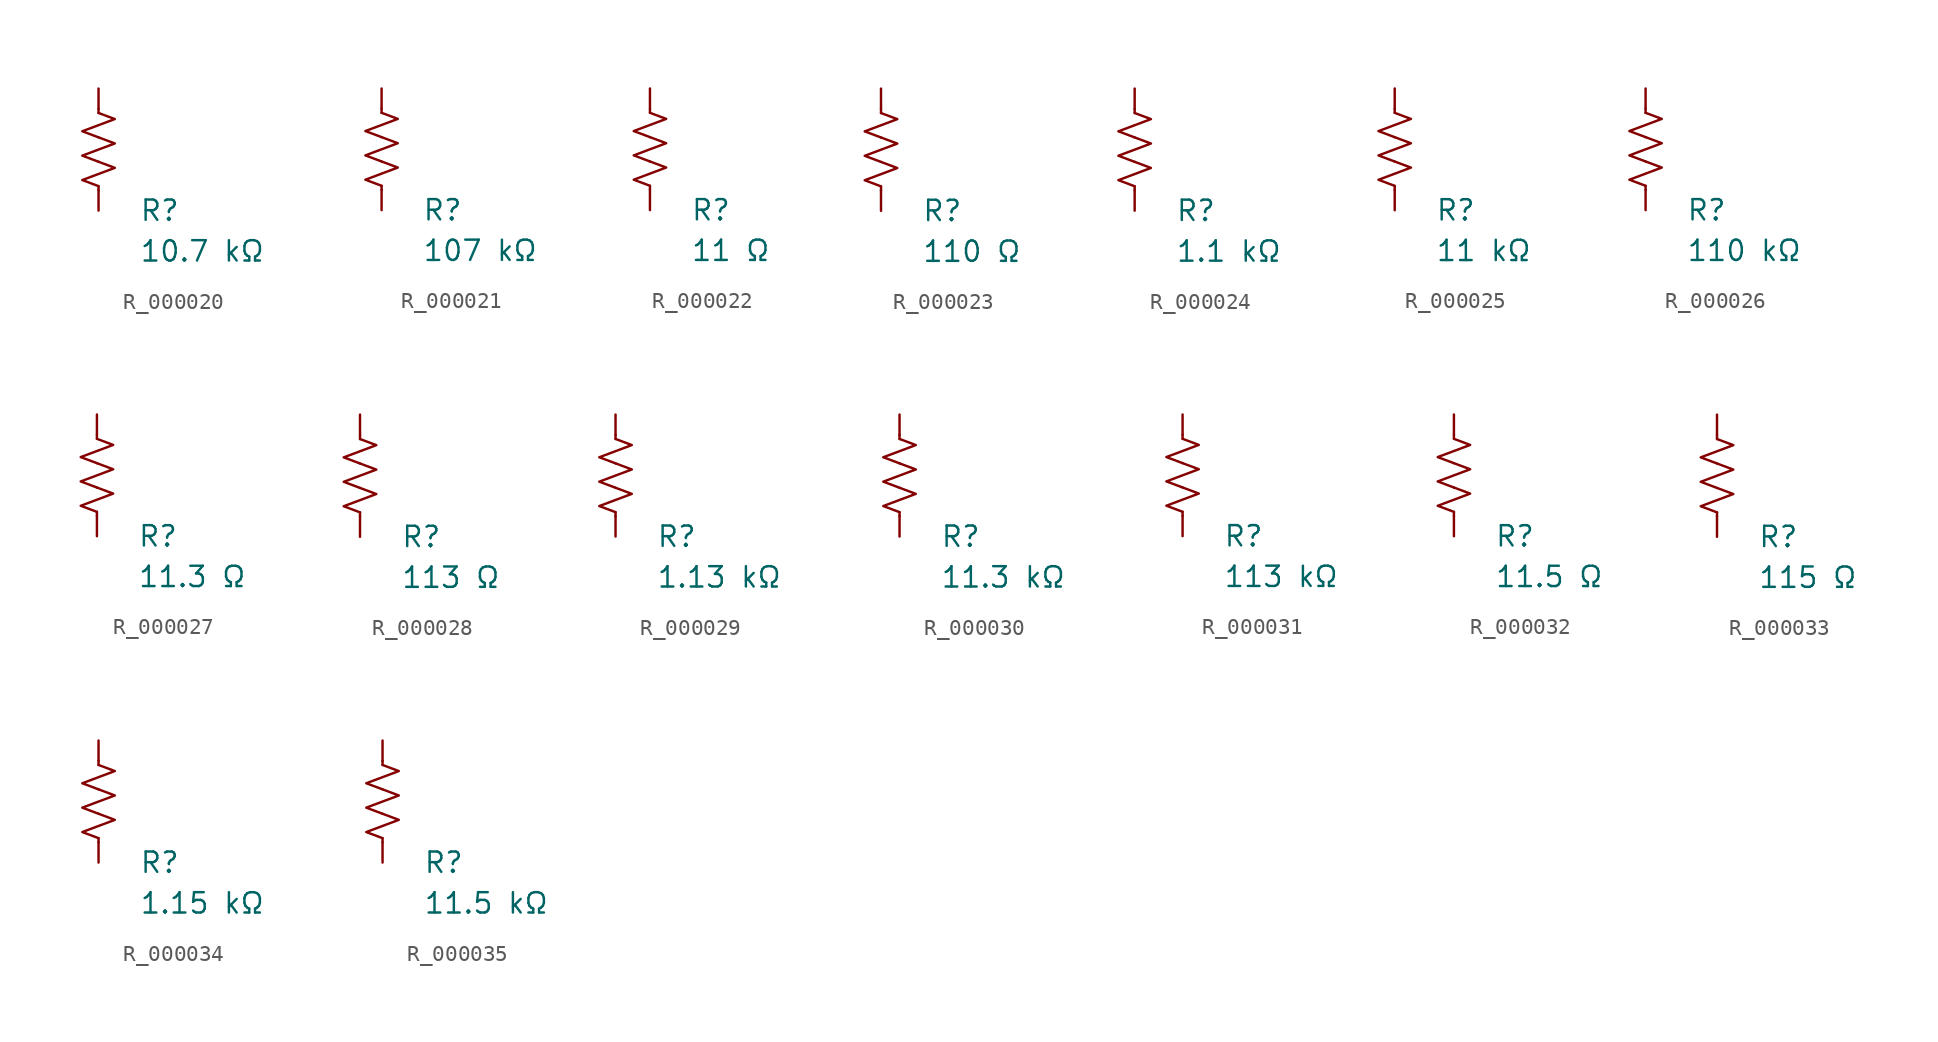
<source format=kicad_sym>
(kicad_symbol_lib
  (version 20231120)
  (generator "kicad_symbol_editor")
  (generator_version "8.0")
  (symbol "R_000020"
    (pin_numbers hide)
    (pin_names
      (offset 0))
    (property "Reference" "R"
      (at 2.54 -3.81 0)
      (effects (font (size 1.27 1.27)) (justify left))
      (show_name no))
    (property "Value" "10.7 kΩ"
      (at 2.54 -6.35 0)
      (effects (font (size 1.27 1.27)) (justify left))
      (show_name no))
    (symbol "R_000020_0_1"
      (polyline (pts (xy 0 -2.286) (xy 0 -2.54)) (stroke (width 0) (type default)) (fill (type none)))
      (polyline (pts (xy 0 2.286) (xy 0 2.54)) (stroke (width 0) (type default)) (fill (type none)))
      (polyline (pts (xy 0 -0.762) (xy 1.016 -1.143) (xy 0 -1.524) (xy -1.016 -1.905) (xy 0 -2.286)) (stroke (width 0) (type default)) (fill (type none)))
      (polyline (pts (xy 0 0.762) (xy 1.016 0.381) (xy 0 0) (xy -1.016 -0.381) (xy 0 -0.762)) (stroke (width 0) (type default)) (fill (type none)))
      (polyline (pts (xy 0 2.286) (xy 1.016 1.905) (xy 0 1.524) (xy -1.016 1.143) (xy 0 0.762)) (stroke (width 0) (type default)) (fill (type none))))
    (symbol "R_000020_1_1"
      (pin passive line (at 0 3.81 270) (length 1.27) (name "~" (effects (font (size 1.27 1.27)))) (number "1" (effects (font (size 1.27 1.27)))))
      (pin passive line (at 0 -3.81 90) (length 1.27) (name "~" (effects (font (size 1.27 1.27)))) (number "2" (effects (font (size 1.27 1.27)))))))
  (symbol "R_000021"
    (pin_numbers hide)
    (pin_names
      (offset 0))
    (property "Reference" "R"
      (at 2.54 -3.81 0)
      (effects (font (size 1.27 1.27)) (justify left))
      (show_name no))
    (property "Value" "107 kΩ"
      (at 2.54 -6.35 0)
      (effects (font (size 1.27 1.27)) (justify left))
      (show_name no))
    (symbol "R_000021_0_1"
      (polyline (pts (xy 0 -2.286) (xy 0 -2.54)) (stroke (width 0) (type default)) (fill (type none)))
      (polyline (pts (xy 0 2.286) (xy 0 2.54)) (stroke (width 0) (type default)) (fill (type none)))
      (polyline (pts (xy 0 -0.762) (xy 1.016 -1.143) (xy 0 -1.524) (xy -1.016 -1.905) (xy 0 -2.286)) (stroke (width 0) (type default)) (fill (type none)))
      (polyline (pts (xy 0 0.762) (xy 1.016 0.381) (xy 0 0) (xy -1.016 -0.381) (xy 0 -0.762)) (stroke (width 0) (type default)) (fill (type none)))
      (polyline (pts (xy 0 2.286) (xy 1.016 1.905) (xy 0 1.524) (xy -1.016 1.143) (xy 0 0.762)) (stroke (width 0) (type default)) (fill (type none))))
    (symbol "R_000021_1_1"
      (pin passive line (at 0 3.81 270) (length 1.27) (name "~" (effects (font (size 1.27 1.27)))) (number "1" (effects (font (size 1.27 1.27)))))
      (pin passive line (at 0 -3.81 90) (length 1.27) (name "~" (effects (font (size 1.27 1.27)))) (number "2" (effects (font (size 1.27 1.27)))))))
  (symbol "R_000022"
    (pin_numbers hide)
    (pin_names
      (offset 0))
    (property "Reference" "R"
      (at 2.54 -3.81 0)
      (effects (font (size 1.27 1.27)) (justify left))
      (show_name no))
    (property "Value" "11 Ω"
      (at 2.54 -6.35 0)
      (effects (font (size 1.27 1.27)) (justify left))
      (show_name no))
    (symbol "R_000022_0_1"
      (polyline (pts (xy 0 -2.286) (xy 0 -2.54)) (stroke (width 0) (type default)) (fill (type none)))
      (polyline (pts (xy 0 2.286) (xy 0 2.54)) (stroke (width 0) (type default)) (fill (type none)))
      (polyline (pts (xy 0 -0.762) (xy 1.016 -1.143) (xy 0 -1.524) (xy -1.016 -1.905) (xy 0 -2.286)) (stroke (width 0) (type default)) (fill (type none)))
      (polyline (pts (xy 0 0.762) (xy 1.016 0.381) (xy 0 0) (xy -1.016 -0.381) (xy 0 -0.762)) (stroke (width 0) (type default)) (fill (type none)))
      (polyline (pts (xy 0 2.286) (xy 1.016 1.905) (xy 0 1.524) (xy -1.016 1.143) (xy 0 0.762)) (stroke (width 0) (type default)) (fill (type none))))
    (symbol "R_000022_1_1"
      (pin passive line (at 0 3.81 270) (length 1.27) (name "~" (effects (font (size 1.27 1.27)))) (number "1" (effects (font (size 1.27 1.27)))))
      (pin passive line (at 0 -3.81 90) (length 1.27) (name "~" (effects (font (size 1.27 1.27)))) (number "2" (effects (font (size 1.27 1.27)))))))
  (symbol "R_000023"
    (pin_numbers hide)
    (pin_names
      (offset 0))
    (property "Reference" "R"
      (at 2.54 -3.81 0)
      (effects (font (size 1.27 1.27)) (justify left))
      (show_name no))
    (property "Value" "110 Ω"
      (at 2.54 -6.35 0)
      (effects (font (size 1.27 1.27)) (justify left))
      (show_name no))
    (symbol "R_000023_0_1"
      (polyline (pts (xy 0 -2.286) (xy 0 -2.54)) (stroke (width 0) (type default)) (fill (type none)))
      (polyline (pts (xy 0 2.286) (xy 0 2.54)) (stroke (width 0) (type default)) (fill (type none)))
      (polyline (pts (xy 0 -0.762) (xy 1.016 -1.143) (xy 0 -1.524) (xy -1.016 -1.905) (xy 0 -2.286)) (stroke (width 0) (type default)) (fill (type none)))
      (polyline (pts (xy 0 0.762) (xy 1.016 0.381) (xy 0 0) (xy -1.016 -0.381) (xy 0 -0.762)) (stroke (width 0) (type default)) (fill (type none)))
      (polyline (pts (xy 0 2.286) (xy 1.016 1.905) (xy 0 1.524) (xy -1.016 1.143) (xy 0 0.762)) (stroke (width 0) (type default)) (fill (type none))))
    (symbol "R_000023_1_1"
      (pin passive line (at 0 3.81 270) (length 1.27) (name "~" (effects (font (size 1.27 1.27)))) (number "1" (effects (font (size 1.27 1.27)))))
      (pin passive line (at 0 -3.81 90) (length 1.27) (name "~" (effects (font (size 1.27 1.27)))) (number "2" (effects (font (size 1.27 1.27)))))))
  (symbol "R_000024"
    (pin_numbers hide)
    (pin_names
      (offset 0))
    (property "Reference" "R"
      (at 2.54 -3.81 0)
      (effects (font (size 1.27 1.27)) (justify left))
      (show_name no))
    (property "Value" "1.1 kΩ"
      (at 2.54 -6.35 0)
      (effects (font (size 1.27 1.27)) (justify left))
      (show_name no))
    (symbol "R_000024_0_1"
      (polyline (pts (xy 0 -2.286) (xy 0 -2.54)) (stroke (width 0) (type default)) (fill (type none)))
      (polyline (pts (xy 0 2.286) (xy 0 2.54)) (stroke (width 0) (type default)) (fill (type none)))
      (polyline (pts (xy 0 -0.762) (xy 1.016 -1.143) (xy 0 -1.524) (xy -1.016 -1.905) (xy 0 -2.286)) (stroke (width 0) (type default)) (fill (type none)))
      (polyline (pts (xy 0 0.762) (xy 1.016 0.381) (xy 0 0) (xy -1.016 -0.381) (xy 0 -0.762)) (stroke (width 0) (type default)) (fill (type none)))
      (polyline (pts (xy 0 2.286) (xy 1.016 1.905) (xy 0 1.524) (xy -1.016 1.143) (xy 0 0.762)) (stroke (width 0) (type default)) (fill (type none))))
    (symbol "R_000024_1_1"
      (pin passive line (at 0 3.81 270) (length 1.27) (name "~" (effects (font (size 1.27 1.27)))) (number "1" (effects (font (size 1.27 1.27)))))
      (pin passive line (at 0 -3.81 90) (length 1.27) (name "~" (effects (font (size 1.27 1.27)))) (number "2" (effects (font (size 1.27 1.27)))))))
  (symbol "R_000025"
    (pin_numbers hide)
    (pin_names
      (offset 0))
    (property "Reference" "R"
      (at 2.54 -3.81 0)
      (effects (font (size 1.27 1.27)) (justify left))
      (show_name no))
    (property "Value" "11 kΩ"
      (at 2.54 -6.35 0)
      (effects (font (size 1.27 1.27)) (justify left))
      (show_name no))
    (symbol "R_000025_0_1"
      (polyline (pts (xy 0 -2.286) (xy 0 -2.54)) (stroke (width 0) (type default)) (fill (type none)))
      (polyline (pts (xy 0 2.286) (xy 0 2.54)) (stroke (width 0) (type default)) (fill (type none)))
      (polyline (pts (xy 0 -0.762) (xy 1.016 -1.143) (xy 0 -1.524) (xy -1.016 -1.905) (xy 0 -2.286)) (stroke (width 0) (type default)) (fill (type none)))
      (polyline (pts (xy 0 0.762) (xy 1.016 0.381) (xy 0 0) (xy -1.016 -0.381) (xy 0 -0.762)) (stroke (width 0) (type default)) (fill (type none)))
      (polyline (pts (xy 0 2.286) (xy 1.016 1.905) (xy 0 1.524) (xy -1.016 1.143) (xy 0 0.762)) (stroke (width 0) (type default)) (fill (type none))))
    (symbol "R_000025_1_1"
      (pin passive line (at 0 3.81 270) (length 1.27) (name "~" (effects (font (size 1.27 1.27)))) (number "1" (effects (font (size 1.27 1.27)))))
      (pin passive line (at 0 -3.81 90) (length 1.27) (name "~" (effects (font (size 1.27 1.27)))) (number "2" (effects (font (size 1.27 1.27)))))))
  (symbol "R_000026"
    (pin_numbers hide)
    (pin_names
      (offset 0))
    (property "Reference" "R"
      (at 2.54 -3.81 0)
      (effects (font (size 1.27 1.27)) (justify left))
      (show_name no))
    (property "Value" "110 kΩ"
      (at 2.54 -6.35 0)
      (effects (font (size 1.27 1.27)) (justify left))
      (show_name no))
    (symbol "R_000026_0_1"
      (polyline (pts (xy 0 -2.286) (xy 0 -2.54)) (stroke (width 0) (type default)) (fill (type none)))
      (polyline (pts (xy 0 2.286) (xy 0 2.54)) (stroke (width 0) (type default)) (fill (type none)))
      (polyline (pts (xy 0 -0.762) (xy 1.016 -1.143) (xy 0 -1.524) (xy -1.016 -1.905) (xy 0 -2.286)) (stroke (width 0) (type default)) (fill (type none)))
      (polyline (pts (xy 0 0.762) (xy 1.016 0.381) (xy 0 0) (xy -1.016 -0.381) (xy 0 -0.762)) (stroke (width 0) (type default)) (fill (type none)))
      (polyline (pts (xy 0 2.286) (xy 1.016 1.905) (xy 0 1.524) (xy -1.016 1.143) (xy 0 0.762)) (stroke (width 0) (type default)) (fill (type none))))
    (symbol "R_000026_1_1"
      (pin passive line (at 0 3.81 270) (length 1.27) (name "~" (effects (font (size 1.27 1.27)))) (number "1" (effects (font (size 1.27 1.27)))))
      (pin passive line (at 0 -3.81 90) (length 1.27) (name "~" (effects (font (size 1.27 1.27)))) (number "2" (effects (font (size 1.27 1.27)))))))
  (symbol "R_000027"
    (pin_numbers hide)
    (pin_names
      (offset 0))
    (property "Reference" "R"
      (at 2.54 -3.81 0)
      (effects (font (size 1.27 1.27)) (justify left))
      (show_name no))
    (property "Value" "11.3 Ω"
      (at 2.54 -6.35 0)
      (effects (font (size 1.27 1.27)) (justify left))
      (show_name no))
    (symbol "R_000027_0_1"
      (polyline (pts (xy 0 -2.286) (xy 0 -2.54)) (stroke (width 0) (type default)) (fill (type none)))
      (polyline (pts (xy 0 2.286) (xy 0 2.54)) (stroke (width 0) (type default)) (fill (type none)))
      (polyline (pts (xy 0 -0.762) (xy 1.016 -1.143) (xy 0 -1.524) (xy -1.016 -1.905) (xy 0 -2.286)) (stroke (width 0) (type default)) (fill (type none)))
      (polyline (pts (xy 0 0.762) (xy 1.016 0.381) (xy 0 0) (xy -1.016 -0.381) (xy 0 -0.762)) (stroke (width 0) (type default)) (fill (type none)))
      (polyline (pts (xy 0 2.286) (xy 1.016 1.905) (xy 0 1.524) (xy -1.016 1.143) (xy 0 0.762)) (stroke (width 0) (type default)) (fill (type none))))
    (symbol "R_000027_1_1"
      (pin passive line (at 0 3.81 270) (length 1.27) (name "~" (effects (font (size 1.27 1.27)))) (number "1" (effects (font (size 1.27 1.27)))))
      (pin passive line (at 0 -3.81 90) (length 1.27) (name "~" (effects (font (size 1.27 1.27)))) (number "2" (effects (font (size 1.27 1.27)))))))
  (symbol "R_000028"
    (pin_numbers hide)
    (pin_names
      (offset 0))
    (property "Reference" "R"
      (at 2.54 -3.81 0)
      (effects (font (size 1.27 1.27)) (justify left))
      (show_name no))
    (property "Value" "113 Ω"
      (at 2.54 -6.35 0)
      (effects (font (size 1.27 1.27)) (justify left))
      (show_name no))
    (symbol "R_000028_0_1"
      (polyline (pts (xy 0 -2.286) (xy 0 -2.54)) (stroke (width 0) (type default)) (fill (type none)))
      (polyline (pts (xy 0 2.286) (xy 0 2.54)) (stroke (width 0) (type default)) (fill (type none)))
      (polyline (pts (xy 0 -0.762) (xy 1.016 -1.143) (xy 0 -1.524) (xy -1.016 -1.905) (xy 0 -2.286)) (stroke (width 0) (type default)) (fill (type none)))
      (polyline (pts (xy 0 0.762) (xy 1.016 0.381) (xy 0 0) (xy -1.016 -0.381) (xy 0 -0.762)) (stroke (width 0) (type default)) (fill (type none)))
      (polyline (pts (xy 0 2.286) (xy 1.016 1.905) (xy 0 1.524) (xy -1.016 1.143) (xy 0 0.762)) (stroke (width 0) (type default)) (fill (type none))))
    (symbol "R_000028_1_1"
      (pin passive line (at 0 3.81 270) (length 1.27) (name "~" (effects (font (size 1.27 1.27)))) (number "1" (effects (font (size 1.27 1.27)))))
      (pin passive line (at 0 -3.81 90) (length 1.27) (name "~" (effects (font (size 1.27 1.27)))) (number "2" (effects (font (size 1.27 1.27)))))))
  (symbol "R_000029"
    (pin_numbers hide)
    (pin_names
      (offset 0))
    (property "Reference" "R"
      (at 2.54 -3.81 0)
      (effects (font (size 1.27 1.27)) (justify left))
      (show_name no))
    (property "Value" "1.13 kΩ"
      (at 2.54 -6.35 0)
      (effects (font (size 1.27 1.27)) (justify left))
      (show_name no))
    (symbol "R_000029_0_1"
      (polyline (pts (xy 0 -2.286) (xy 0 -2.54)) (stroke (width 0) (type default)) (fill (type none)))
      (polyline (pts (xy 0 2.286) (xy 0 2.54)) (stroke (width 0) (type default)) (fill (type none)))
      (polyline (pts (xy 0 -0.762) (xy 1.016 -1.143) (xy 0 -1.524) (xy -1.016 -1.905) (xy 0 -2.286)) (stroke (width 0) (type default)) (fill (type none)))
      (polyline (pts (xy 0 0.762) (xy 1.016 0.381) (xy 0 0) (xy -1.016 -0.381) (xy 0 -0.762)) (stroke (width 0) (type default)) (fill (type none)))
      (polyline (pts (xy 0 2.286) (xy 1.016 1.905) (xy 0 1.524) (xy -1.016 1.143) (xy 0 0.762)) (stroke (width 0) (type default)) (fill (type none))))
    (symbol "R_000029_1_1"
      (pin passive line (at 0 3.81 270) (length 1.27) (name "~" (effects (font (size 1.27 1.27)))) (number "1" (effects (font (size 1.27 1.27)))))
      (pin passive line (at 0 -3.81 90) (length 1.27) (name "~" (effects (font (size 1.27 1.27)))) (number "2" (effects (font (size 1.27 1.27)))))))
  (symbol "R_000030"
    (pin_numbers hide)
    (pin_names
      (offset 0))
    (property "Reference" "R"
      (at 2.54 -3.81 0)
      (effects (font (size 1.27 1.27)) (justify left))
      (show_name no))
    (property "Value" "11.3 kΩ"
      (at 2.54 -6.35 0)
      (effects (font (size 1.27 1.27)) (justify left))
      (show_name no))
    (symbol "R_000030_0_1"
      (polyline (pts (xy 0 -2.286) (xy 0 -2.54)) (stroke (width 0) (type default)) (fill (type none)))
      (polyline (pts (xy 0 2.286) (xy 0 2.54)) (stroke (width 0) (type default)) (fill (type none)))
      (polyline (pts (xy 0 -0.762) (xy 1.016 -1.143) (xy 0 -1.524) (xy -1.016 -1.905) (xy 0 -2.286)) (stroke (width 0) (type default)) (fill (type none)))
      (polyline (pts (xy 0 0.762) (xy 1.016 0.381) (xy 0 0) (xy -1.016 -0.381) (xy 0 -0.762)) (stroke (width 0) (type default)) (fill (type none)))
      (polyline (pts (xy 0 2.286) (xy 1.016 1.905) (xy 0 1.524) (xy -1.016 1.143) (xy 0 0.762)) (stroke (width 0) (type default)) (fill (type none))))
    (symbol "R_000030_1_1"
      (pin passive line (at 0 3.81 270) (length 1.27) (name "~" (effects (font (size 1.27 1.27)))) (number "1" (effects (font (size 1.27 1.27)))))
      (pin passive line (at 0 -3.81 90) (length 1.27) (name "~" (effects (font (size 1.27 1.27)))) (number "2" (effects (font (size 1.27 1.27)))))))
  (symbol "R_000031"
    (pin_numbers hide)
    (pin_names
      (offset 0))
    (property "Reference" "R"
      (at 2.54 -3.81 0)
      (effects (font (size 1.27 1.27)) (justify left))
      (show_name no))
    (property "Value" "113 kΩ"
      (at 2.54 -6.35 0)
      (effects (font (size 1.27 1.27)) (justify left))
      (show_name no))
    (symbol "R_000031_0_1"
      (polyline (pts (xy 0 -2.286) (xy 0 -2.54)) (stroke (width 0) (type default)) (fill (type none)))
      (polyline (pts (xy 0 2.286) (xy 0 2.54)) (stroke (width 0) (type default)) (fill (type none)))
      (polyline (pts (xy 0 -0.762) (xy 1.016 -1.143) (xy 0 -1.524) (xy -1.016 -1.905) (xy 0 -2.286)) (stroke (width 0) (type default)) (fill (type none)))
      (polyline (pts (xy 0 0.762) (xy 1.016 0.381) (xy 0 0) (xy -1.016 -0.381) (xy 0 -0.762)) (stroke (width 0) (type default)) (fill (type none)))
      (polyline (pts (xy 0 2.286) (xy 1.016 1.905) (xy 0 1.524) (xy -1.016 1.143) (xy 0 0.762)) (stroke (width 0) (type default)) (fill (type none))))
    (symbol "R_000031_1_1"
      (pin passive line (at 0 3.81 270) (length 1.27) (name "~" (effects (font (size 1.27 1.27)))) (number "1" (effects (font (size 1.27 1.27)))))
      (pin passive line (at 0 -3.81 90) (length 1.27) (name "~" (effects (font (size 1.27 1.27)))) (number "2" (effects (font (size 1.27 1.27)))))))
  (symbol "R_000032"
    (pin_numbers hide)
    (pin_names
      (offset 0))
    (property "Reference" "R"
      (at 2.54 -3.81 0)
      (effects (font (size 1.27 1.27)) (justify left))
      (show_name no))
    (property "Value" "11.5 Ω"
      (at 2.54 -6.35 0)
      (effects (font (size 1.27 1.27)) (justify left))
      (show_name no))
    (symbol "R_000032_0_1"
      (polyline (pts (xy 0 -2.286) (xy 0 -2.54)) (stroke (width 0) (type default)) (fill (type none)))
      (polyline (pts (xy 0 2.286) (xy 0 2.54)) (stroke (width 0) (type default)) (fill (type none)))
      (polyline (pts (xy 0 -0.762) (xy 1.016 -1.143) (xy 0 -1.524) (xy -1.016 -1.905) (xy 0 -2.286)) (stroke (width 0) (type default)) (fill (type none)))
      (polyline (pts (xy 0 0.762) (xy 1.016 0.381) (xy 0 0) (xy -1.016 -0.381) (xy 0 -0.762)) (stroke (width 0) (type default)) (fill (type none)))
      (polyline (pts (xy 0 2.286) (xy 1.016 1.905) (xy 0 1.524) (xy -1.016 1.143) (xy 0 0.762)) (stroke (width 0) (type default)) (fill (type none))))
    (symbol "R_000032_1_1"
      (pin passive line (at 0 3.81 270) (length 1.27) (name "~" (effects (font (size 1.27 1.27)))) (number "1" (effects (font (size 1.27 1.27)))))
      (pin passive line (at 0 -3.81 90) (length 1.27) (name "~" (effects (font (size 1.27 1.27)))) (number "2" (effects (font (size 1.27 1.27)))))))
  (symbol "R_000033"
    (pin_numbers hide)
    (pin_names
      (offset 0))
    (property "Reference" "R"
      (at 2.54 -3.81 0)
      (effects (font (size 1.27 1.27)) (justify left))
      (show_name no))
    (property "Value" "115 Ω"
      (at 2.54 -6.35 0)
      (effects (font (size 1.27 1.27)) (justify left))
      (show_name no))
    (symbol "R_000033_0_1"
      (polyline (pts (xy 0 -2.286) (xy 0 -2.54)) (stroke (width 0) (type default)) (fill (type none)))
      (polyline (pts (xy 0 2.286) (xy 0 2.54)) (stroke (width 0) (type default)) (fill (type none)))
      (polyline (pts (xy 0 -0.762) (xy 1.016 -1.143) (xy 0 -1.524) (xy -1.016 -1.905) (xy 0 -2.286)) (stroke (width 0) (type default)) (fill (type none)))
      (polyline (pts (xy 0 0.762) (xy 1.016 0.381) (xy 0 0) (xy -1.016 -0.381) (xy 0 -0.762)) (stroke (width 0) (type default)) (fill (type none)))
      (polyline (pts (xy 0 2.286) (xy 1.016 1.905) (xy 0 1.524) (xy -1.016 1.143) (xy 0 0.762)) (stroke (width 0) (type default)) (fill (type none))))
    (symbol "R_000033_1_1"
      (pin passive line (at 0 3.81 270) (length 1.27) (name "~" (effects (font (size 1.27 1.27)))) (number "1" (effects (font (size 1.27 1.27)))))
      (pin passive line (at 0 -3.81 90) (length 1.27) (name "~" (effects (font (size 1.27 1.27)))) (number "2" (effects (font (size 1.27 1.27)))))))
  (symbol "R_000034"
    (pin_numbers hide)
    (pin_names
      (offset 0))
    (property "Reference" "R"
      (at 2.54 -3.81 0)
      (effects (font (size 1.27 1.27)) (justify left))
      (show_name no))
    (property "Value" "1.15 kΩ"
      (at 2.54 -6.35 0)
      (effects (font (size 1.27 1.27)) (justify left))
      (show_name no))
    (symbol "R_000034_0_1"
      (polyline (pts (xy 0 -2.286) (xy 0 -2.54)) (stroke (width 0) (type default)) (fill (type none)))
      (polyline (pts (xy 0 2.286) (xy 0 2.54)) (stroke (width 0) (type default)) (fill (type none)))
      (polyline (pts (xy 0 -0.762) (xy 1.016 -1.143) (xy 0 -1.524) (xy -1.016 -1.905) (xy 0 -2.286)) (stroke (width 0) (type default)) (fill (type none)))
      (polyline (pts (xy 0 0.762) (xy 1.016 0.381) (xy 0 0) (xy -1.016 -0.381) (xy 0 -0.762)) (stroke (width 0) (type default)) (fill (type none)))
      (polyline (pts (xy 0 2.286) (xy 1.016 1.905) (xy 0 1.524) (xy -1.016 1.143) (xy 0 0.762)) (stroke (width 0) (type default)) (fill (type none))))
    (symbol "R_000034_1_1"
      (pin passive line (at 0 3.81 270) (length 1.27) (name "~" (effects (font (size 1.27 1.27)))) (number "1" (effects (font (size 1.27 1.27)))))
      (pin passive line (at 0 -3.81 90) (length 1.27) (name "~" (effects (font (size 1.27 1.27)))) (number "2" (effects (font (size 1.27 1.27)))))))
  (symbol "R_000035"
    (pin_numbers hide)
    (pin_names
      (offset 0))
    (property "Reference" "R"
      (at 2.54 -3.81 0)
      (effects (font (size 1.27 1.27)) (justify left))
      (show_name no))
    (property "Value" "11.5 kΩ"
      (at 2.54 -6.35 0)
      (effects (font (size 1.27 1.27)) (justify left))
      (show_name no))
    (symbol "R_000035_0_1"
      (polyline (pts (xy 0 -2.286) (xy 0 -2.54)) (stroke (width 0) (type default)) (fill (type none)))
      (polyline (pts (xy 0 2.286) (xy 0 2.54)) (stroke (width 0) (type default)) (fill (type none)))
      (polyline (pts (xy 0 -0.762) (xy 1.016 -1.143) (xy 0 -1.524) (xy -1.016 -1.905) (xy 0 -2.286)) (stroke (width 0) (type default)) (fill (type none)))
      (polyline (pts (xy 0 0.762) (xy 1.016 0.381) (xy 0 0) (xy -1.016 -0.381) (xy 0 -0.762)) (stroke (width 0) (type default)) (fill (type none)))
      (polyline (pts (xy 0 2.286) (xy 1.016 1.905) (xy 0 1.524) (xy -1.016 1.143) (xy 0 0.762)) (stroke (width 0) (type default)) (fill (type none))))
    (symbol "R_000035_1_1"
      (pin passive line (at 0 3.81 270) (length 1.27) (name "~" (effects (font (size 1.27 1.27)))) (number "1" (effects (font (size 1.27 1.27)))))
      (pin passive line (at 0 -3.81 90) (length 1.27) (name "~" (effects (font (size 1.27 1.27)))) (number "2" (effects (font (size 1.27 1.27))))))))
</source>
